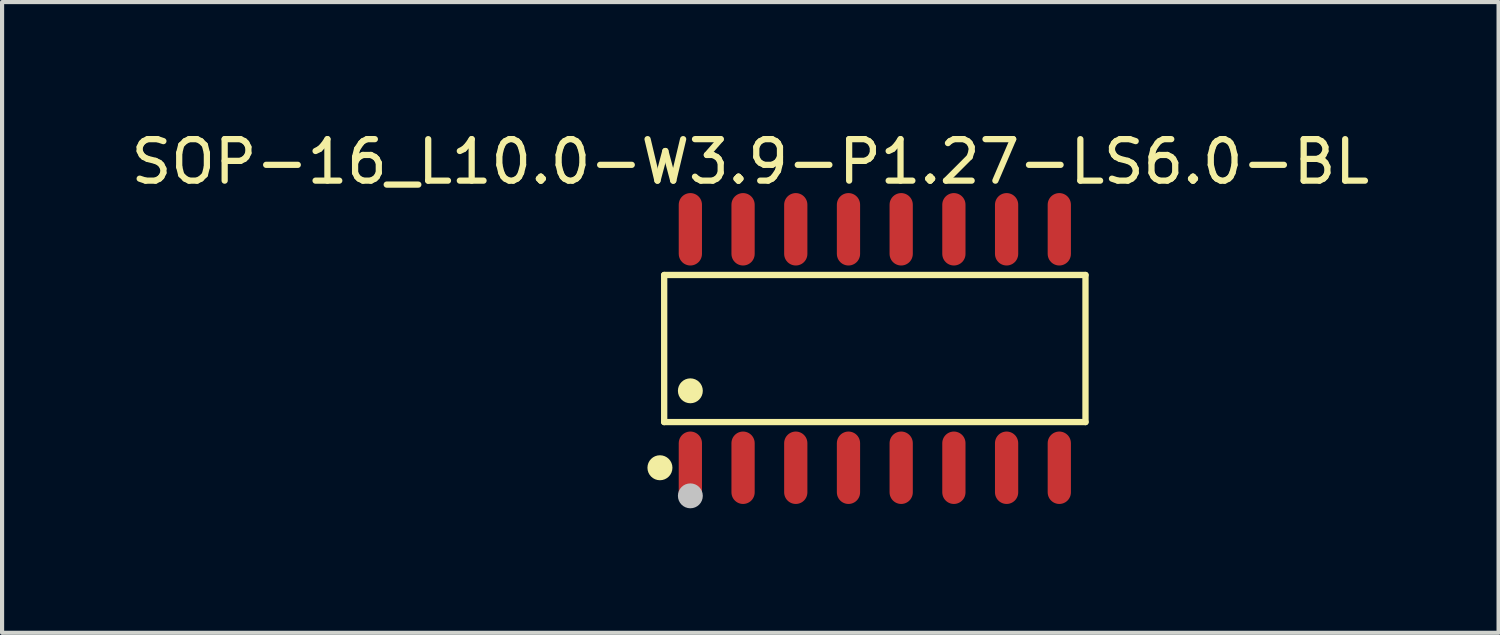
<source format=kicad_pcb>
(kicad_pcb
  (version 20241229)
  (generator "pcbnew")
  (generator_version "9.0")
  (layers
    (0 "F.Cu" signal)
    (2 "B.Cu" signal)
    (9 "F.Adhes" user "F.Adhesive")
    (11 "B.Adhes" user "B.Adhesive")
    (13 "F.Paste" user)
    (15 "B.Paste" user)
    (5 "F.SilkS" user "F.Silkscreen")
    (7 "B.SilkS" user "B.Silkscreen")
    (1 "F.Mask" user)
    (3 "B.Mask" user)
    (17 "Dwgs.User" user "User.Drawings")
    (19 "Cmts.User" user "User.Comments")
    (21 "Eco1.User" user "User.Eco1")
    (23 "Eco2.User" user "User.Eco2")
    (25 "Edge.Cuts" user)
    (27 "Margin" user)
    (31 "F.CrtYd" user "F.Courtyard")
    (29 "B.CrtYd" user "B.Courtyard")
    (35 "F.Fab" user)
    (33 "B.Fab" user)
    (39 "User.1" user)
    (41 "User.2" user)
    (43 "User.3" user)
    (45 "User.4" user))
  (footprint "SOP-16_L10.0-W3.9-P1.27-LS6.0-BL"
    (layer "F.Cu")
    (at 18.03 5.348)
    (property "Reference" "SOP-16_L10.0-W3.9-P1.27-LS6.0-BL" (at -3 -4.5 0) (layer "F.SilkS") (effects (font (size 1 1) (thickness 0.15))))
    (fp_line (start -5.076 -1.772) (end 5.076 -1.772) (stroke (width 0.152) (type default)) (layer "F.SilkS"))
    (fp_line (start -5.076 1.772) (end -5.076 -1.772) (stroke (width 0.152) (type default)) (layer "F.SilkS"))
    (fp_line (start 5.076 -1.772) (end 5.076 1.772) (stroke (width 0.152) (type default)) (layer "F.SilkS"))
    (fp_line (start 5.076 1.772) (end -5.076 1.772) (stroke (width 0.152) (type default)) (layer "F.SilkS"))
    (fp_circle (center -5.178 2.873) (end -5.027 2.873) (stroke (width 0.3) (type default)) (fill no) (layer "F.SilkS"))
    (fp_circle (center -4.445 1.019) (end -4.295 1.019) (stroke (width 0.3) (type default)) (fill no) (layer "F.SilkS"))
    (fp_circle (center -4.445 3.55) (end -4.295 3.55) (stroke (width 0.3) (type default)) (fill no) (layer "Dwgs.User"))
    (fp_poly (pts (xy -4.65 -2.165) (xy -4.65 -3) (xy -4.24 -3) (xy -4.24 -2.165)) (stroke (width 0.1) (type default)) (fill no) (layer "User.1"))
    (fp_poly (pts (xy -4.65 -1.94) (xy -4.65 -2.175) (xy -4.24 -2.175) (xy -4.24 -1.94)) (stroke (width 0.1) (type default)) (fill no) (layer "User.1"))
    (fp_poly (pts (xy -4.65 2.175) (xy -4.65 1.94) (xy -4.24 1.94) (xy -4.24 2.175)) (stroke (width 0.1) (type default)) (fill no) (layer "User.1"))
    (fp_poly (pts (xy -4.65 3) (xy -4.65 2.165) (xy -4.24 2.165) (xy -4.24 3)) (stroke (width 0.1) (type default)) (fill no) (layer "User.1"))
    (fp_poly (pts (xy -3.38 -2.165) (xy -3.38 -3) (xy -2.97 -3) (xy -2.97 -2.165)) (stroke (width 0.1) (type default)) (fill no) (layer "User.1"))
    (fp_poly (pts (xy -3.38 -1.94) (xy -3.38 -2.175) (xy -2.97 -2.175) (xy -2.97 -1.94)) (stroke (width 0.1) (type default)) (fill no) (layer "User.1"))
    (fp_poly (pts (xy -3.38 2.175) (xy -3.38 1.94) (xy -2.97 1.94) (xy -2.97 2.175)) (stroke (width 0.1) (type default)) (fill no) (layer "User.1"))
    (fp_poly (pts (xy -3.38 3) (xy -3.38 2.165) (xy -2.97 2.165) (xy -2.97 3)) (stroke (width 0.1) (type default)) (fill no) (layer "User.1"))
    (fp_poly (pts (xy -2.11 -2.165) (xy -2.11 -3) (xy -1.7 -3) (xy -1.7 -2.165)) (stroke (width 0.1) (type default)) (fill no) (layer "User.1"))
    (fp_poly (pts (xy -2.11 -1.94) (xy -2.11 -2.175) (xy -1.7 -2.175) (xy -1.7 -1.94)) (stroke (width 0.1) (type default)) (fill no) (layer "User.1"))
    (fp_poly (pts (xy -2.11 2.175) (xy -2.11 1.94) (xy -1.7 1.94) (xy -1.7 2.175)) (stroke (width 0.1) (type default)) (fill no) (layer "User.1"))
    (fp_poly (pts (xy -2.11 3) (xy -2.11 2.165) (xy -1.7 2.165) (xy -1.7 3)) (stroke (width 0.1) (type default)) (fill no) (layer "User.1"))
    (fp_poly (pts (xy -0.84 -2.165) (xy -0.84 -3) (xy -0.43 -3) (xy -0.43 -2.165)) (stroke (width 0.1) (type default)) (fill no) (layer "User.1"))
    (fp_poly (pts (xy -0.84 -1.94) (xy -0.84 -2.175) (xy -0.43 -2.175) (xy -0.43 -1.94)) (stroke (width 0.1) (type default)) (fill no) (layer "User.1"))
    (fp_poly (pts (xy -0.84 2.175) (xy -0.84 1.94) (xy -0.43 1.94) (xy -0.43 2.175)) (stroke (width 0.1) (type default)) (fill no) (layer "User.1"))
    (fp_poly (pts (xy -0.84 3) (xy -0.84 2.165) (xy -0.43 2.165) (xy -0.43 3)) (stroke (width 0.1) (type default)) (fill no) (layer "User.1"))
    (fp_poly (pts (xy 0.43 -2.165) (xy 0.43 -3) (xy 0.84 -3) (xy 0.84 -2.165)) (stroke (width 0.1) (type default)) (fill no) (layer "User.1"))
    (fp_poly (pts (xy 0.43 -1.94) (xy 0.43 -2.175) (xy 0.84 -2.175) (xy 0.84 -1.94)) (stroke (width 0.1) (type default)) (fill no) (layer "User.1"))
    (fp_poly (pts (xy 0.43 2.175) (xy 0.43 1.94) (xy 0.84 1.94) (xy 0.84 2.175)) (stroke (width 0.1) (type default)) (fill no) (layer "User.1"))
    (fp_poly (pts (xy 0.43 3) (xy 0.43 2.165) (xy 0.84 2.165) (xy 0.84 3)) (stroke (width 0.1) (type default)) (fill no) (layer "User.1"))
    (fp_poly (pts (xy 1.7 -2.165) (xy 1.7 -3) (xy 2.11 -3) (xy 2.11 -2.165)) (stroke (width 0.1) (type default)) (fill no) (layer "User.1"))
    (fp_poly (pts (xy 1.7 -1.94) (xy 1.7 -2.175) (xy 2.11 -2.175) (xy 2.11 -1.94)) (stroke (width 0.1) (type default)) (fill no) (layer "User.1"))
    (fp_poly (pts (xy 1.7 2.175) (xy 1.7 1.94) (xy 2.11 1.94) (xy 2.11 2.175)) (stroke (width 0.1) (type default)) (fill no) (layer "User.1"))
    (fp_poly (pts (xy 1.7 3) (xy 1.7 2.165) (xy 2.11 2.165) (xy 2.11 3)) (stroke (width 0.1) (type default)) (fill no) (layer "User.1"))
    (fp_poly (pts (xy 2.97 -2.165) (xy 2.97 -3) (xy 3.38 -3) (xy 3.38 -2.165)) (stroke (width 0.1) (type default)) (fill no) (layer "User.1"))
    (fp_poly (pts (xy 2.97 -1.94) (xy 2.97 -2.175) (xy 3.38 -2.175) (xy 3.38 -1.94)) (stroke (width 0.1) (type default)) (fill no) (layer "User.1"))
    (fp_poly (pts (xy 2.97 2.175) (xy 2.97 1.94) (xy 3.38 1.94) (xy 3.38 2.175)) (stroke (width 0.1) (type default)) (fill no) (layer "User.1"))
    (fp_poly (pts (xy 2.97 3) (xy 2.97 2.165) (xy 3.38 2.165) (xy 3.38 3)) (stroke (width 0.1) (type default)) (fill no) (layer "User.1"))
    (fp_poly (pts (xy 4.24 -2.165) (xy 4.24 -3) (xy 4.65 -3) (xy 4.65 -2.165)) (stroke (width 0.1) (type default)) (fill no) (layer "User.1"))
    (fp_poly (pts (xy 4.24 -1.94) (xy 4.24 -2.175) (xy 4.65 -2.175) (xy 4.65 -1.94)) (stroke (width 0.1) (type default)) (fill no) (layer "User.1"))
    (fp_poly (pts (xy 4.24 2.175) (xy 4.24 1.94) (xy 4.65 1.94) (xy 4.65 2.175)) (stroke (width 0.1) (type default)) (fill no) (layer "User.1"))
    (fp_poly (pts (xy 4.24 3) (xy 4.24 2.165) (xy 4.65 2.165) (xy 4.65 3)) (stroke (width 0.1) (type default)) (fill no) (layer "User.1"))
    (fp_line (start -4.95 -1.95) (end 4.95 -1.95) (stroke (width 0.051) (type default)) (layer "User.2"))
    (fp_line (start -4.95 1.95) (end -4.95 -1.95) (stroke (width 0.051) (type default)) (layer "User.2"))
    (fp_line (start 4.95 -1.95) (end 4.95 1.95) (stroke (width 0.051) (type default)) (layer "User.2"))
    (fp_line (start 4.95 1.95) (end -4.95 1.95) (stroke (width 0.051) (type default)) (layer "User.2"))
    (fp_poly (pts (xy -4.94 3.15) (xy -4.958 3.108) (xy -5 3.09) (xy -5.042 3.108) (xy -5.06 3.15) (xy -5.042 3.192) (xy -5 3.21) (xy -4.958 3.192)) (stroke (width 0.1) (type default)) (fill no) (layer "User.3"))
    (pad "1" smd oval (at -4.445 2.873) (size 0.56 1.745) (layers "F.Cu" "F.Mask" "F.Paste"))
    (pad "2" smd oval (at -3.175 2.873) (size 0.56 1.745) (layers "F.Cu" "F.Mask" "F.Paste"))
    (pad "3" smd oval (at -1.905 2.873) (size 0.56 1.745) (layers "F.Cu" "F.Mask" "F.Paste"))
    (pad "4" smd oval (at -0.635 2.873) (size 0.56 1.745) (layers "F.Cu" "F.Mask" "F.Paste"))
    (pad "5" smd oval (at 0.635 2.873) (size 0.56 1.745) (layers "F.Cu" "F.Mask" "F.Paste"))
    (pad "6" smd oval (at 1.905 2.873) (size 0.56 1.745) (layers "F.Cu" "F.Mask" "F.Paste"))
    (pad "7" smd oval (at 3.175 2.873) (size 0.56 1.745) (layers "F.Cu" "F.Mask" "F.Paste"))
    (pad "8" smd oval (at 4.445 2.873) (size 0.56 1.745) (layers "F.Cu" "F.Mask" "F.Paste"))
    (pad "9" smd oval (at 4.445 -2.873) (size 0.56 1.745) (layers "F.Cu" "F.Mask" "F.Paste"))
    (pad "10" smd oval (at 3.175 -2.873) (size 0.56 1.745) (layers "F.Cu" "F.Mask" "F.Paste"))
    (pad "11" smd oval (at 1.905 -2.873) (size 0.56 1.745) (layers "F.Cu" "F.Mask" "F.Paste"))
    (pad "12" smd oval (at 0.635 -2.873) (size 0.56 1.745) (layers "F.Cu" "F.Mask" "F.Paste"))
    (pad "13" smd oval (at -0.635 -2.873) (size 0.56 1.745) (layers "F.Cu" "F.Mask" "F.Paste"))
    (pad "14" smd oval (at -1.905 -2.873) (size 0.56 1.745) (layers "F.Cu" "F.Mask" "F.Paste"))
    (pad "15" smd oval (at -3.175 -2.873) (size 0.56 1.745) (layers "F.Cu" "F.Mask" "F.Paste"))
    (pad "16" smd oval (at -4.445 -2.873) (size 0.56 1.745) (layers "F.Cu" "F.Mask" "F.Paste")))
  (gr_rect
    (start -3 -3)
    (end 33.06 12.198)
    (stroke (width 0.1) (type default))
    (fill no)
    (layer "Edge.Cuts")))
</source>
